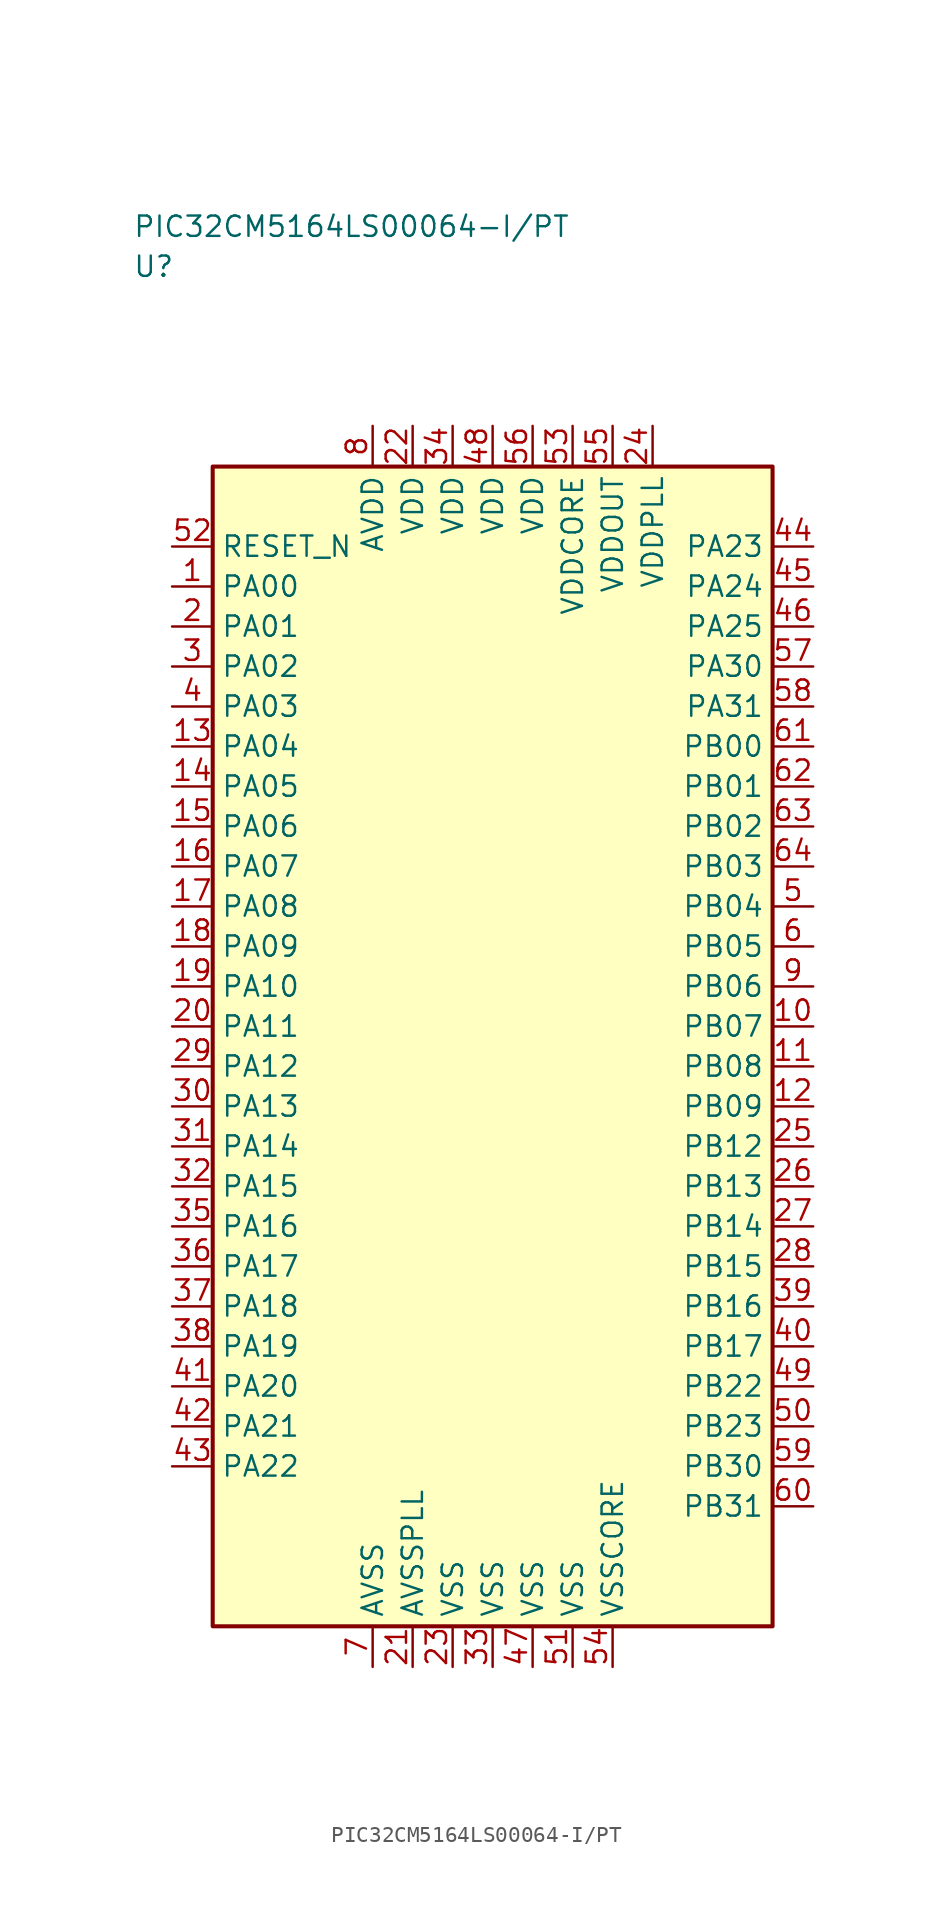
<source format=kicad_sym>
(kicad_symbol_lib
  (version 20241025)
  (generator "kicad_symbol_editor")
  (generator_version "8.0")
  (symbol "PIC32CM5164LS00064-I/PT"
    (property "Reference" "U"
      (at -22.5 48.75 0)
      (effects (font (size 1.27 1.27)) (justify left)))
    (property "Value" "PIC32CM5164LS00064-I/PT"
      (at -22.5 51.25 0)
      (effects (font (size 1.27 1.27)) (justify left)))
    (symbol "PIC32CM5164LS00064-I/PT_0_1"
      (rectangle (start -17.5 36.25) (end 17.5 -36.25) (stroke (width 0.254) (type default)) (fill (type background))))
    (symbol "PIC32CM5164LS00064-I/PT_1_1"
      (pin bidirectional line (at -20.04 28.75 0.0) (length 2.54) (name "PA00" (effects (font (size 1.27 1.27)))) (number "1" (effects (font (size 1.27 1.27)))))
      (pin bidirectional line (at -20.04 26.25 0.0) (length 2.54) (name "PA01" (effects (font (size 1.27 1.27)))) (number "2" (effects (font (size 1.27 1.27)))))
      (pin bidirectional line (at -20.04 23.75 0.0) (length 2.54) (name "PA02" (effects (font (size 1.27 1.27)))) (number "3" (effects (font (size 1.27 1.27)))))
      (pin bidirectional line (at -20.04 21.25 0.0) (length 2.54) (name "PA03" (effects (font (size 1.27 1.27)))) (number "4" (effects (font (size 1.27 1.27)))))
      (pin bidirectional line (at 20.04 8.75 180.0) (length 2.54) (name "PB04" (effects (font (size 1.27 1.27)))) (number "5" (effects (font (size 1.27 1.27)))))
      (pin bidirectional line (at 20.04 6.25 180.0) (length 2.54) (name "PB05" (effects (font (size 1.27 1.27)))) (number "6" (effects (font (size 1.27 1.27)))))
      (pin passive line (at -7.5 -38.79 90.0) (length 2.54) (name "AVSS" (effects (font (size 1.27 1.27)))) (number "7" (effects (font (size 1.27 1.27)))))
      (pin power_in line (at -7.5 38.79 270.0) (length 2.54) (name "AVDD" (effects (font (size 1.27 1.27)))) (number "8" (effects (font (size 1.27 1.27)))))
      (pin bidirectional line (at 20.04 3.75 180.0) (length 2.54) (name "PB06" (effects (font (size 1.27 1.27)))) (number "9" (effects (font (size 1.27 1.27)))))
      (pin bidirectional line (at 20.04 1.25 180.0) (length 2.54) (name "PB07" (effects (font (size 1.27 1.27)))) (number "10" (effects (font (size 1.27 1.27)))))
      (pin bidirectional line (at 20.04 -1.25 180.0) (length 2.54) (name "PB08" (effects (font (size 1.27 1.27)))) (number "11" (effects (font (size 1.27 1.27)))))
      (pin bidirectional line (at 20.04 -3.75 180.0) (length 2.54) (name "PB09" (effects (font (size 1.27 1.27)))) (number "12" (effects (font (size 1.27 1.27)))))
      (pin bidirectional line (at -20.04 18.75 0.0) (length 2.54) (name "PA04" (effects (font (size 1.27 1.27)))) (number "13" (effects (font (size 1.27 1.27)))))
      (pin bidirectional line (at -20.04 16.25 0.0) (length 2.54) (name "PA05" (effects (font (size 1.27 1.27)))) (number "14" (effects (font (size 1.27 1.27)))))
      (pin bidirectional line (at -20.04 13.75 0.0) (length 2.54) (name "PA06" (effects (font (size 1.27 1.27)))) (number "15" (effects (font (size 1.27 1.27)))))
      (pin bidirectional line (at -20.04 11.25 0.0) (length 2.54) (name "PA07" (effects (font (size 1.27 1.27)))) (number "16" (effects (font (size 1.27 1.27)))))
      (pin bidirectional line (at -20.04 8.75 0.0) (length 2.54) (name "PA08" (effects (font (size 1.27 1.27)))) (number "17" (effects (font (size 1.27 1.27)))))
      (pin bidirectional line (at -20.04 6.25 0.0) (length 2.54) (name "PA09" (effects (font (size 1.27 1.27)))) (number "18" (effects (font (size 1.27 1.27)))))
      (pin bidirectional line (at -20.04 3.75 0.0) (length 2.54) (name "PA10" (effects (font (size 1.27 1.27)))) (number "19" (effects (font (size 1.27 1.27)))))
      (pin bidirectional line (at -20.04 1.25 0.0) (length 2.54) (name "PA11" (effects (font (size 1.27 1.27)))) (number "20" (effects (font (size 1.27 1.27)))))
      (pin passive line (at -5.0 -38.79 90.0) (length 2.54) (name "AVSSPLL" (effects (font (size 1.27 1.27)))) (number "21" (effects (font (size 1.27 1.27)))))
      (pin power_in line (at -5.0 38.79 270.0) (length 2.54) (name "VDD" (effects (font (size 1.27 1.27)))) (number "22" (effects (font (size 1.27 1.27)))))
      (pin passive line (at -2.5 -38.79 90.0) (length 2.54) (name "VSS" (effects (font (size 1.27 1.27)))) (number "23" (effects (font (size 1.27 1.27)))))
      (pin power_in line (at 10.0 38.79 270.0) (length 2.54) (name "VDDPLL" (effects (font (size 1.27 1.27)))) (number "24" (effects (font (size 1.27 1.27)))))
      (pin bidirectional line (at 20.04 -6.25 180.0) (length 2.54) (name "PB12" (effects (font (size 1.27 1.27)))) (number "25" (effects (font (size 1.27 1.27)))))
      (pin bidirectional line (at 20.04 -8.75 180.0) (length 2.54) (name "PB13" (effects (font (size 1.27 1.27)))) (number "26" (effects (font (size 1.27 1.27)))))
      (pin bidirectional line (at 20.04 -11.25 180.0) (length 2.54) (name "PB14" (effects (font (size 1.27 1.27)))) (number "27" (effects (font (size 1.27 1.27)))))
      (pin bidirectional line (at 20.04 -13.75 180.0) (length 2.54) (name "PB15" (effects (font (size 1.27 1.27)))) (number "28" (effects (font (size 1.27 1.27)))))
      (pin bidirectional line (at -20.04 -1.25 0.0) (length 2.54) (name "PA12" (effects (font (size 1.27 1.27)))) (number "29" (effects (font (size 1.27 1.27)))))
      (pin bidirectional line (at -20.04 -3.75 0.0) (length 2.54) (name "PA13" (effects (font (size 1.27 1.27)))) (number "30" (effects (font (size 1.27 1.27)))))
      (pin bidirectional line (at -20.04 -6.25 0.0) (length 2.54) (name "PA14" (effects (font (size 1.27 1.27)))) (number "31" (effects (font (size 1.27 1.27)))))
      (pin bidirectional line (at -20.04 -8.75 0.0) (length 2.54) (name "PA15" (effects (font (size 1.27 1.27)))) (number "32" (effects (font (size 1.27 1.27)))))
      (pin passive line (at 0.0 -38.79 90.0) (length 2.54) (name "VSS" (effects (font (size 1.27 1.27)))) (number "33" (effects (font (size 1.27 1.27)))))
      (pin power_in line (at -2.5 38.79 270.0) (length 2.54) (name "VDD" (effects (font (size 1.27 1.27)))) (number "34" (effects (font (size 1.27 1.27)))))
      (pin bidirectional line (at -20.04 -11.25 0.0) (length 2.54) (name "PA16" (effects (font (size 1.27 1.27)))) (number "35" (effects (font (size 1.27 1.27)))))
      (pin bidirectional line (at -20.04 -13.75 0.0) (length 2.54) (name "PA17" (effects (font (size 1.27 1.27)))) (number "36" (effects (font (size 1.27 1.27)))))
      (pin bidirectional line (at -20.04 -16.25 0.0) (length 2.54) (name "PA18" (effects (font (size 1.27 1.27)))) (number "37" (effects (font (size 1.27 1.27)))))
      (pin bidirectional line (at -20.04 -18.75 0.0) (length 2.54) (name "PA19" (effects (font (size 1.27 1.27)))) (number "38" (effects (font (size 1.27 1.27)))))
      (pin bidirectional line (at 20.04 -16.25 180.0) (length 2.54) (name "PB16" (effects (font (size 1.27 1.27)))) (number "39" (effects (font (size 1.27 1.27)))))
      (pin bidirectional line (at 20.04 -18.75 180.0) (length 2.54) (name "PB17" (effects (font (size 1.27 1.27)))) (number "40" (effects (font (size 1.27 1.27)))))
      (pin bidirectional line (at -20.04 -21.25 0.0) (length 2.54) (name "PA20" (effects (font (size 1.27 1.27)))) (number "41" (effects (font (size 1.27 1.27)))))
      (pin bidirectional line (at -20.04 -23.75 0.0) (length 2.54) (name "PA21" (effects (font (size 1.27 1.27)))) (number "42" (effects (font (size 1.27 1.27)))))
      (pin bidirectional line (at -20.04 -26.25 0.0) (length 2.54) (name "PA22" (effects (font (size 1.27 1.27)))) (number "43" (effects (font (size 1.27 1.27)))))
      (pin bidirectional line (at 20.04 31.25 180.0) (length 2.54) (name "PA23" (effects (font (size 1.27 1.27)))) (number "44" (effects (font (size 1.27 1.27)))))
      (pin bidirectional line (at 20.04 28.75 180.0) (length 2.54) (name "PA24" (effects (font (size 1.27 1.27)))) (number "45" (effects (font (size 1.27 1.27)))))
      (pin bidirectional line (at 20.04 26.25 180.0) (length 2.54) (name "PA25" (effects (font (size 1.27 1.27)))) (number "46" (effects (font (size 1.27 1.27)))))
      (pin passive line (at 2.5 -38.79 90.0) (length 2.54) (name "VSS" (effects (font (size 1.27 1.27)))) (number "47" (effects (font (size 1.27 1.27)))))
      (pin power_in line (at 0.0 38.79 270.0) (length 2.54) (name "VDD" (effects (font (size 1.27 1.27)))) (number "48" (effects (font (size 1.27 1.27)))))
      (pin bidirectional line (at 20.04 -21.25 180.0) (length 2.54) (name "PB22" (effects (font (size 1.27 1.27)))) (number "49" (effects (font (size 1.27 1.27)))))
      (pin bidirectional line (at 20.04 -23.75 180.0) (length 2.54) (name "PB23" (effects (font (size 1.27 1.27)))) (number "50" (effects (font (size 1.27 1.27)))))
      (pin passive line (at 5.0 -38.79 90.0) (length 2.54) (name "VSS" (effects (font (size 1.27 1.27)))) (number "51" (effects (font (size 1.27 1.27)))))
      (pin input line (at -20.04 31.25 0.0) (length 2.54) (name "RESET_N" (effects (font (size 1.27 1.27)))) (number "52" (effects (font (size 1.27 1.27)))))
      (pin power_in line (at 5.0 38.79 270.0) (length 2.54) (name "VDDCORE" (effects (font (size 1.27 1.27)))) (number "53" (effects (font (size 1.27 1.27)))))
      (pin passive line (at 7.5 -38.79 90.0) (length 2.54) (name "VSSCORE" (effects (font (size 1.27 1.27)))) (number "54" (effects (font (size 1.27 1.27)))))
      (pin power_in line (at 7.5 38.79 270.0) (length 2.54) (name "VDDOUT" (effects (font (size 1.27 1.27)))) (number "55" (effects (font (size 1.27 1.27)))))
      (pin power_in line (at 2.5 38.79 270.0) (length 2.54) (name "VDD" (effects (font (size 1.27 1.27)))) (number "56" (effects (font (size 1.27 1.27)))))
      (pin bidirectional line (at 20.04 23.75 180.0) (length 2.54) (name "PA30" (effects (font (size 1.27 1.27)))) (number "57" (effects (font (size 1.27 1.27)))))
      (pin bidirectional line (at 20.04 21.25 180.0) (length 2.54) (name "PA31" (effects (font (size 1.27 1.27)))) (number "58" (effects (font (size 1.27 1.27)))))
      (pin bidirectional line (at 20.04 -26.25 180.0) (length 2.54) (name "PB30" (effects (font (size 1.27 1.27)))) (number "59" (effects (font (size 1.27 1.27)))))
      (pin bidirectional line (at 20.04 -28.75 180.0) (length 2.54) (name "PB31" (effects (font (size 1.27 1.27)))) (number "60" (effects (font (size 1.27 1.27)))))
      (pin bidirectional line (at 20.04 18.75 180.0) (length 2.54) (name "PB00" (effects (font (size 1.27 1.27)))) (number "61" (effects (font (size 1.27 1.27)))))
      (pin bidirectional line (at 20.04 16.25 180.0) (length 2.54) (name "PB01" (effects (font (size 1.27 1.27)))) (number "62" (effects (font (size 1.27 1.27)))))
      (pin bidirectional line (at 20.04 13.75 180.0) (length 2.54) (name "PB02" (effects (font (size 1.27 1.27)))) (number "63" (effects (font (size 1.27 1.27)))))
      (pin bidirectional line (at 20.04 11.25 180.0) (length 2.54) (name "PB03" (effects (font (size 1.27 1.27)))) (number "64" (effects (font (size 1.27 1.27))))))))
</source>
